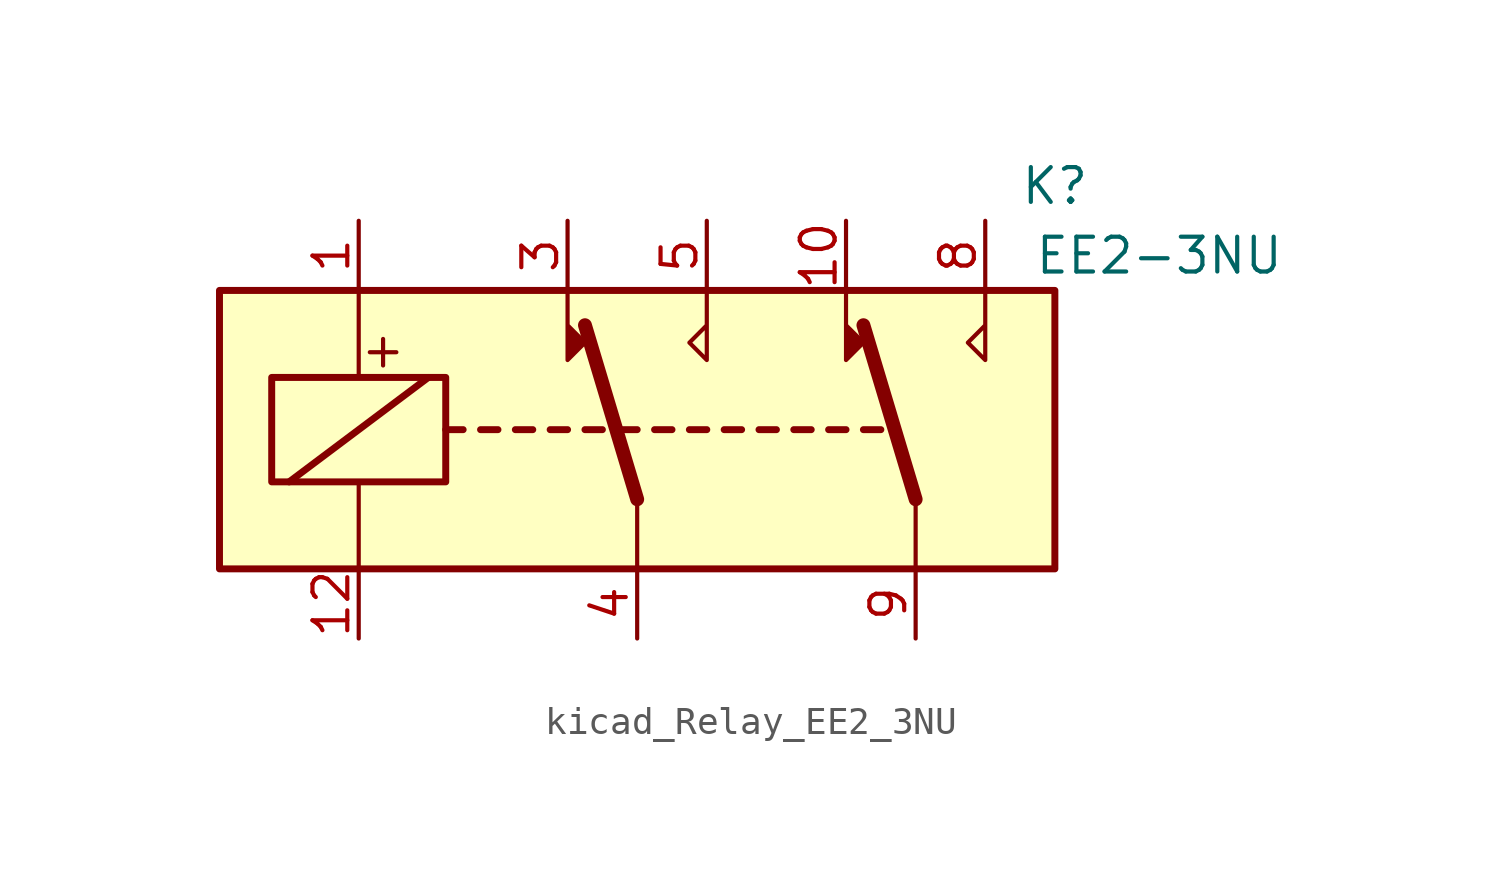
<source format=kicad_sym>
(kicad_symbol_lib
  (version 20220914)
  (generator kicad_symbol_editor)
  (symbol "kicad_Relay_EE2_3NU"
    (property "Reference" "K"
      (at 15.24 8.89 0)
      (effects (font (size 1.27 1.27))))
    (property "Value" "EE2-3NU"
      (at 19.05 6.35 0)
      (effects (font (size 1.27 1.27))))
    (symbol "kicad_Relay_EE2_3NU_1_1"
      (rectangle (start -15.24 5.08) (end 15.24 -5.08) (stroke (width 0.254) (type default)) (fill (type background)))
      (rectangle (start -13.335 1.905) (end -6.985 -1.905) (stroke (width 0.254) (type default)) (fill (type none)))
      (polyline (pts (xy -12.7 -1.905) (xy -7.62 1.905)) (stroke (width 0.254) (type default)) (fill (type none)))
      (polyline (pts (xy -10.16 -5.08) (xy -10.16 -1.905)) (stroke (width 0) (type default)) (fill (type none)))
      (polyline (pts (xy -10.16 5.08) (xy -10.16 1.905)) (stroke (width 0) (type default)) (fill (type none)))
      (polyline (pts (xy -6.985 0) (xy -6.35 0)) (stroke (width 0.254) (type default)) (fill (type none)))
      (polyline (pts (xy -5.715 0) (xy -5.08 0)) (stroke (width 0.254) (type default)) (fill (type none)))
      (polyline (pts (xy -4.445 0) (xy -3.81 0)) (stroke (width 0.254) (type default)) (fill (type none)))
      (polyline (pts (xy -3.175 0) (xy -2.54 0)) (stroke (width 0.254) (type default)) (fill (type none)))
      (polyline (pts (xy -1.905 0) (xy -1.27 0)) (stroke (width 0.254) (type default)) (fill (type none)))
      (polyline (pts (xy -0.635 0) (xy 0 0)) (stroke (width 0.254) (type default)) (fill (type none)))
      (polyline (pts (xy 0 -2.54) (xy -1.905 3.81)) (stroke (width 0.508) (type default)) (fill (type none)))
      (polyline (pts (xy 0 -2.54) (xy 0 -5.08)) (stroke (width 0) (type default)) (fill (type none)))
      (polyline (pts (xy 0.635 0) (xy 1.27 0)) (stroke (width 0.254) (type default)) (fill (type none)))
      (polyline (pts (xy 1.905 0) (xy 2.54 0)) (stroke (width 0.254) (type default)) (fill (type none)))
      (polyline (pts (xy 3.175 0) (xy 3.81 0)) (stroke (width 0.254) (type default)) (fill (type none)))
      (polyline (pts (xy 4.445 0) (xy 5.08 0)) (stroke (width 0.254) (type default)) (fill (type none)))
      (polyline (pts (xy 5.715 0) (xy 6.35 0)) (stroke (width 0.254) (type default)) (fill (type none)))
      (polyline (pts (xy 6.985 0) (xy 7.62 0)) (stroke (width 0.254) (type default)) (fill (type none)))
      (polyline (pts (xy 8.255 0) (xy 8.89 0)) (stroke (width 0.254) (type default)) (fill (type none)))
      (polyline (pts (xy 10.16 -2.54) (xy 8.255 3.81)) (stroke (width 0.508) (type default)) (fill (type none)))
      (polyline (pts (xy 10.16 -2.54) (xy 10.16 -5.08)) (stroke (width 0) (type default)) (fill (type none)))
      (polyline (pts (xy -2.54 5.08) (xy -2.54 2.54) (xy -1.905 3.175) (xy -2.54 3.81)) (stroke (width 0) (type default)) (fill (type outline)))
      (polyline (pts (xy 2.54 5.08) (xy 2.54 2.54) (xy 1.905 3.175) (xy 2.54 3.81)) (stroke (width 0) (type default)) (fill (type none)))
      (polyline (pts (xy 7.62 5.08) (xy 7.62 2.54) (xy 8.255 3.175) (xy 7.62 3.81)) (stroke (width 0) (type default)) (fill (type outline)))
      (polyline (pts (xy 12.7 5.08) (xy 12.7 2.54) (xy 12.065 3.175) (xy 12.7 3.81)) (stroke (width 0) (type default)) (fill (type none)))
      (text "+" (at -9.271 2.921 0) (effects (font (size 1.27 1.27))))
      (pin passive line (at -10.16 7.62 270) (length 2.54) (name "~" (effects (font (size 1.27 1.27)))) (number "1" (effects (font (size 1.27 1.27)))))
      (pin passive line (at 7.62 7.62 270) (length 2.54) (name "~" (effects (font (size 1.27 1.27)))) (number "10" (effects (font (size 1.27 1.27)))))
      (pin passive line (at -10.16 -7.62 90) (length 2.54) (name "~" (effects (font (size 1.27 1.27)))) (number "12" (effects (font (size 1.27 1.27)))))
      (pin passive line (at -2.54 7.62 270) (length 2.54) (name "~" (effects (font (size 1.27 1.27)))) (number "3" (effects (font (size 1.27 1.27)))))
      (pin passive line (at 0 -7.62 90) (length 2.54) (name "~" (effects (font (size 1.27 1.27)))) (number "4" (effects (font (size 1.27 1.27)))))
      (pin passive line (at 2.54 7.62 270) (length 2.54) (name "~" (effects (font (size 1.27 1.27)))) (number "5" (effects (font (size 1.27 1.27)))))
      (pin passive line (at 12.7 7.62 270) (length 2.54) (name "~" (effects (font (size 1.27 1.27)))) (number "8" (effects (font (size 1.27 1.27)))))
      (pin passive line (at 10.16 -7.62 90) (length 2.54) (name "~" (effects (font (size 1.27 1.27)))) (number "9" (effects (font (size 1.27 1.27))))))))
</source>
